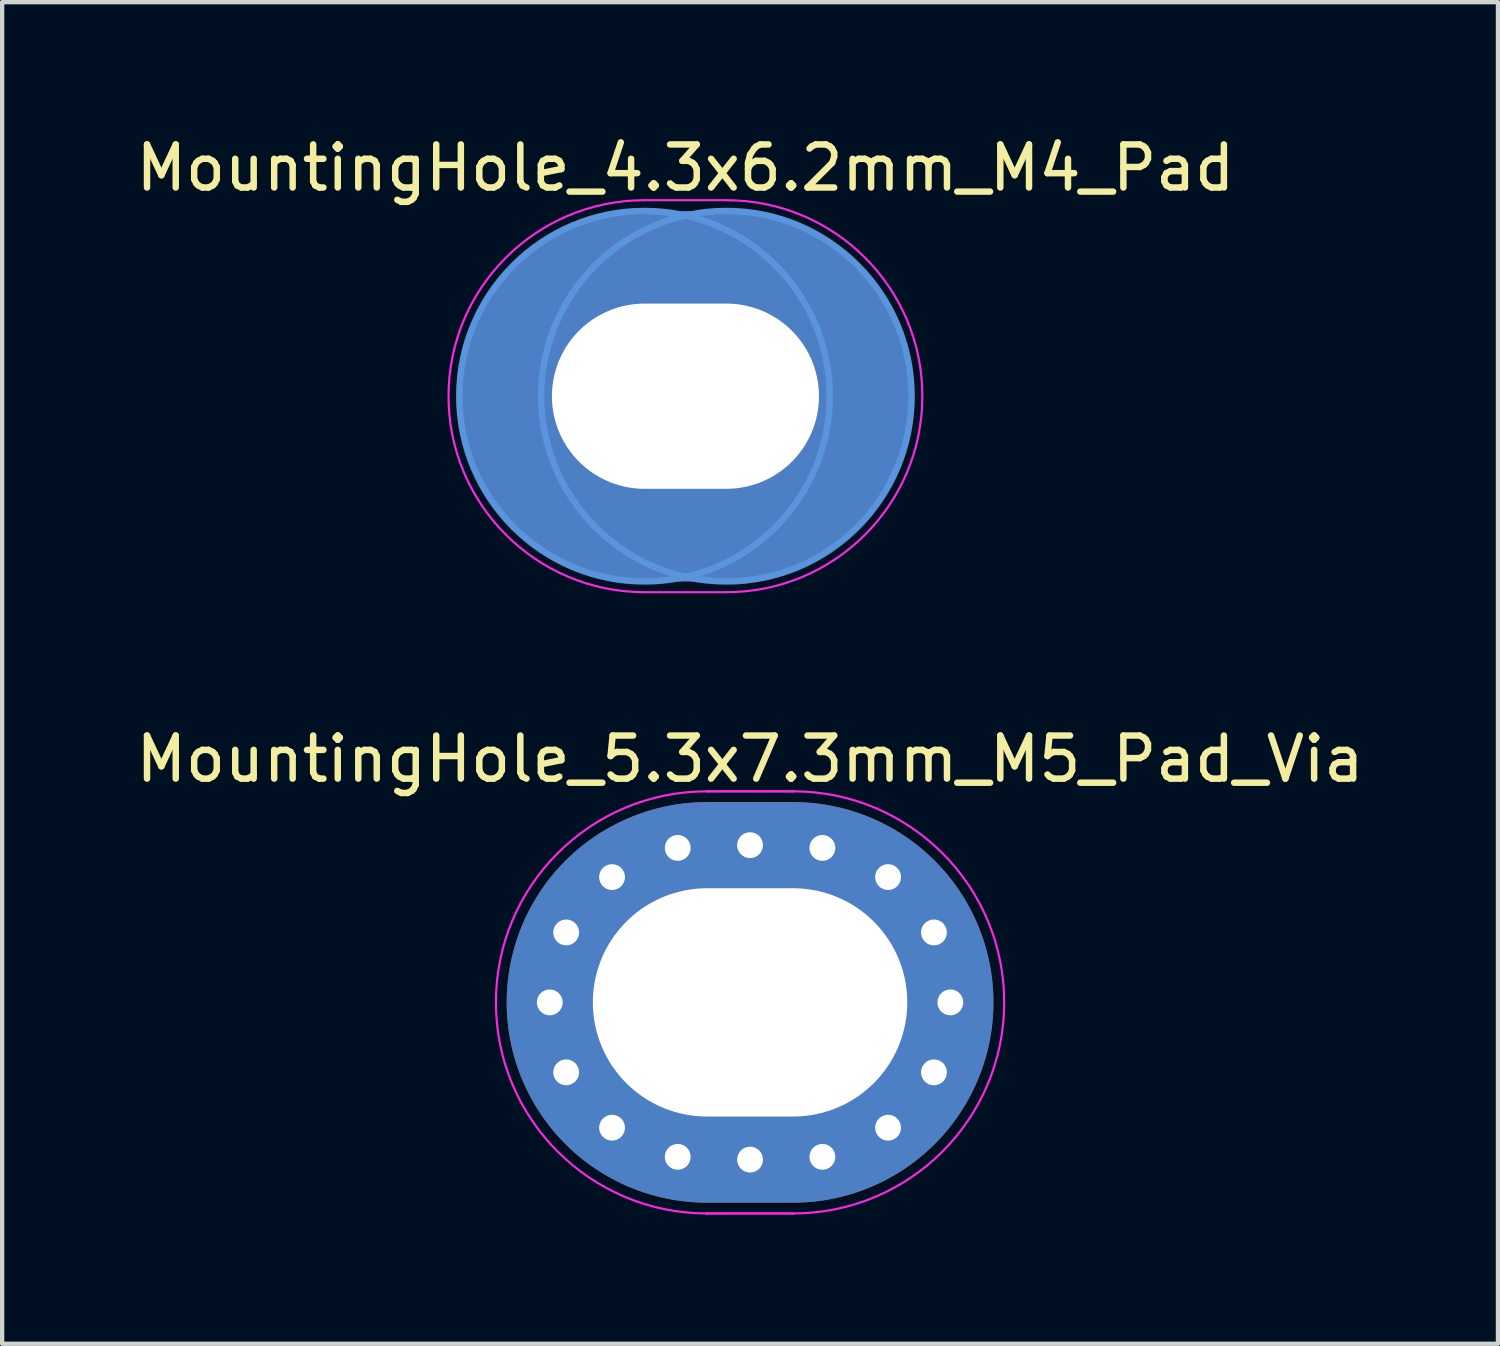
<source format=kicad_pcb>
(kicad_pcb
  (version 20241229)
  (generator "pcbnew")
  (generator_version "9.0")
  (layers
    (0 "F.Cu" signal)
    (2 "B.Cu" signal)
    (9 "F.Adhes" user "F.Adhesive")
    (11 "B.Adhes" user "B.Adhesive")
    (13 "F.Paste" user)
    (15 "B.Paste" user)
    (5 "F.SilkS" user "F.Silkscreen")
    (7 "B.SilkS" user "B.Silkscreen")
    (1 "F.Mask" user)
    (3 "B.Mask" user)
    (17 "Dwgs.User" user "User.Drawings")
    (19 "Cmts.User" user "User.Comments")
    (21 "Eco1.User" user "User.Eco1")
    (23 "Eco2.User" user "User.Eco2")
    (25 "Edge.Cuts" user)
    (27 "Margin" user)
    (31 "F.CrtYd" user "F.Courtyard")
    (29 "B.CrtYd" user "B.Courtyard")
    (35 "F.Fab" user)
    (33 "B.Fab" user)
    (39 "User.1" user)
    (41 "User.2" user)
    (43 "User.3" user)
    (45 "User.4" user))
  (footprint "MountingHole_4.3x6.2mm_M4_Pad"
    (layer "F.Cu")
    (at 12.863 6.148)
    (property "Reference" "MountingHole_4.3x6.2mm_M4_Pad" (at 0 -5.3 0) (layer "F.SilkS") (effects (font (size 1 1) (thickness 0.15))))
    (attr through_hole)
    (fp_circle (center -0.95 0) (end 3.35 0) (stroke (width 0.15) (type solid)) (fill no) (layer "Cmts.User"))
    (fp_circle (center 0.95 0) (end 5.25 0) (stroke (width 0.15) (type solid)) (fill no) (layer "Cmts.User"))
    (fp_line (start -0.95 -4.55) (end 0.95 -4.55) (stroke (width 0.05) (type solid)) (layer "F.CrtYd"))
    (fp_line (start 0.95 4.55) (end -0.95 4.55) (stroke (width 0.05) (type solid)) (layer "F.CrtYd"))
    (fp_arc (start -0.95 4.55) (mid -5.5 0) (end -0.95 -4.55) (stroke (width 0.05) (type solid)) (layer "F.CrtYd"))
    (fp_arc (start 0.95 -4.55) (mid 5.5 0) (end 0.95 4.55) (stroke (width 0.05) (type solid)) (layer "F.CrtYd"))
    (pad "1" thru_hole oval (at 0 0) (size 10.4 8.6) (drill oval 6.2 4.3) (layers "*.Cu" "*.Mask")))
  (footprint "MountingHole_5.3x7.3mm_M5_Pad_Via"
    (layer "F.Cu")
    (at 14.363 20.221)
    (property "Reference" "MountingHole_5.3x7.3mm_M5_Pad_Via" (at 0 -5.65 0) (layer "F.SilkS") (effects (font (size 1 1) (thickness 0.15))))
    (attr through_hole)
    (fp_line (start -1 -4.9) (end -1 -4.9) (stroke (width 0.05) (type solid)) (layer "F.CrtYd"))
    (fp_line (start -1 -4.9) (end 1 -4.9) (stroke (width 0.05) (type solid)) (layer "F.CrtYd"))
    (fp_line (start -1 4.9) (end -1 4.9) (stroke (width 0.05) (type solid)) (layer "F.CrtYd"))
    (fp_line (start -1 4.9) (end 1 4.9) (stroke (width 0.05) (type solid)) (layer "F.CrtYd"))
    (fp_line (start 1 -4.9) (end -1 -4.9) (stroke (width 0.05) (type solid)) (layer "F.CrtYd"))
    (fp_line (start 1 -4.9) (end 1 -4.9) (stroke (width 0.05) (type solid)) (layer "F.CrtYd"))
    (fp_line (start 1 4.9) (end -1 4.9) (stroke (width 0.05) (type solid)) (layer "F.CrtYd"))
    (fp_line (start 1 4.9) (end 1 4.9) (stroke (width 0.05) (type solid)) (layer "F.CrtYd"))
    (fp_arc (start -1 4.9) (mid -5.9 0) (end -1 -4.9) (stroke (width 0.05) (type solid)) (layer "F.CrtYd"))
    (fp_arc (start 1 -4.9) (mid 5.9 0) (end 1 4.9) (stroke (width 0.05) (type solid)) (layer "F.CrtYd"))
    (pad "1" thru_hole circle (at -4.65 0) (size 0.7 0.7) (drill 0.6) (layers "*.Cu" "*.Mask"))
    (pad "1" thru_hole circle (at -4.269 -1.624) (size 0.7 0.7) (drill 0.6) (layers "*.Cu" "*.Mask"))
    (pad "1" thru_hole circle (at -4.269 1.624) (size 0.7 0.7) (drill 0.6) (layers "*.Cu" "*.Mask"))
    (pad "1" thru_hole circle (at -3.204 -2.909) (size 0.7 0.7) (drill 0.6) (layers "*.Cu" "*.Mask"))
    (pad "1" thru_hole circle (at -3.204 2.909) (size 0.7 0.7) (drill 0.6) (layers "*.Cu" "*.Mask"))
    (pad "1" thru_hole circle (at -1.679 -3.586) (size 0.7 0.7) (drill 0.6) (layers "*.Cu" "*.Mask"))
    (pad "1" thru_hole circle (at -1.679 3.586) (size 0.7 0.7) (drill 0.6) (layers "*.Cu" "*.Mask"))
    (pad "1" thru_hole circle (at 0 -3.65) (size 0.7 0.7) (drill 0.6) (layers "*.Cu" "*.Mask"))
    (pad "1" thru_hole oval (at 0 0) (size 11.3 9.3) (drill oval 7.3 5.3) (layers "*.Cu" "*.Mask"))
    (pad "1" thru_hole circle (at 0 3.65) (size 0.7 0.7) (drill 0.6) (layers "*.Cu" "*.Mask"))
    (pad "1" thru_hole circle (at 1.679 -3.586) (size 0.7 0.7) (drill 0.6) (layers "*.Cu" "*.Mask"))
    (pad "1" thru_hole circle (at 1.679 3.586) (size 0.7 0.7) (drill 0.6) (layers "*.Cu" "*.Mask"))
    (pad "1" thru_hole circle (at 3.204 -2.909) (size 0.7 0.7) (drill 0.6) (layers "*.Cu" "*.Mask"))
    (pad "1" thru_hole circle (at 3.204 2.909) (size 0.7 0.7) (drill 0.6) (layers "*.Cu" "*.Mask"))
    (pad "1" thru_hole circle (at 4.269 -1.624) (size 0.7 0.7) (drill 0.6) (layers "*.Cu" "*.Mask"))
    (pad "1" thru_hole circle (at 4.269 1.624) (size 0.7 0.7) (drill 0.6) (layers "*.Cu" "*.Mask"))
    (pad "1" thru_hole circle (at 4.65 0) (size 0.7 0.7) (drill 0.6) (layers "*.Cu" "*.Mask")))
  (gr_rect
    (start -3 -3)
    (end 31.726 28.146)
    (stroke (width 0.1) (type default))
    (fill no)
    (layer "Edge.Cuts")))
</source>
